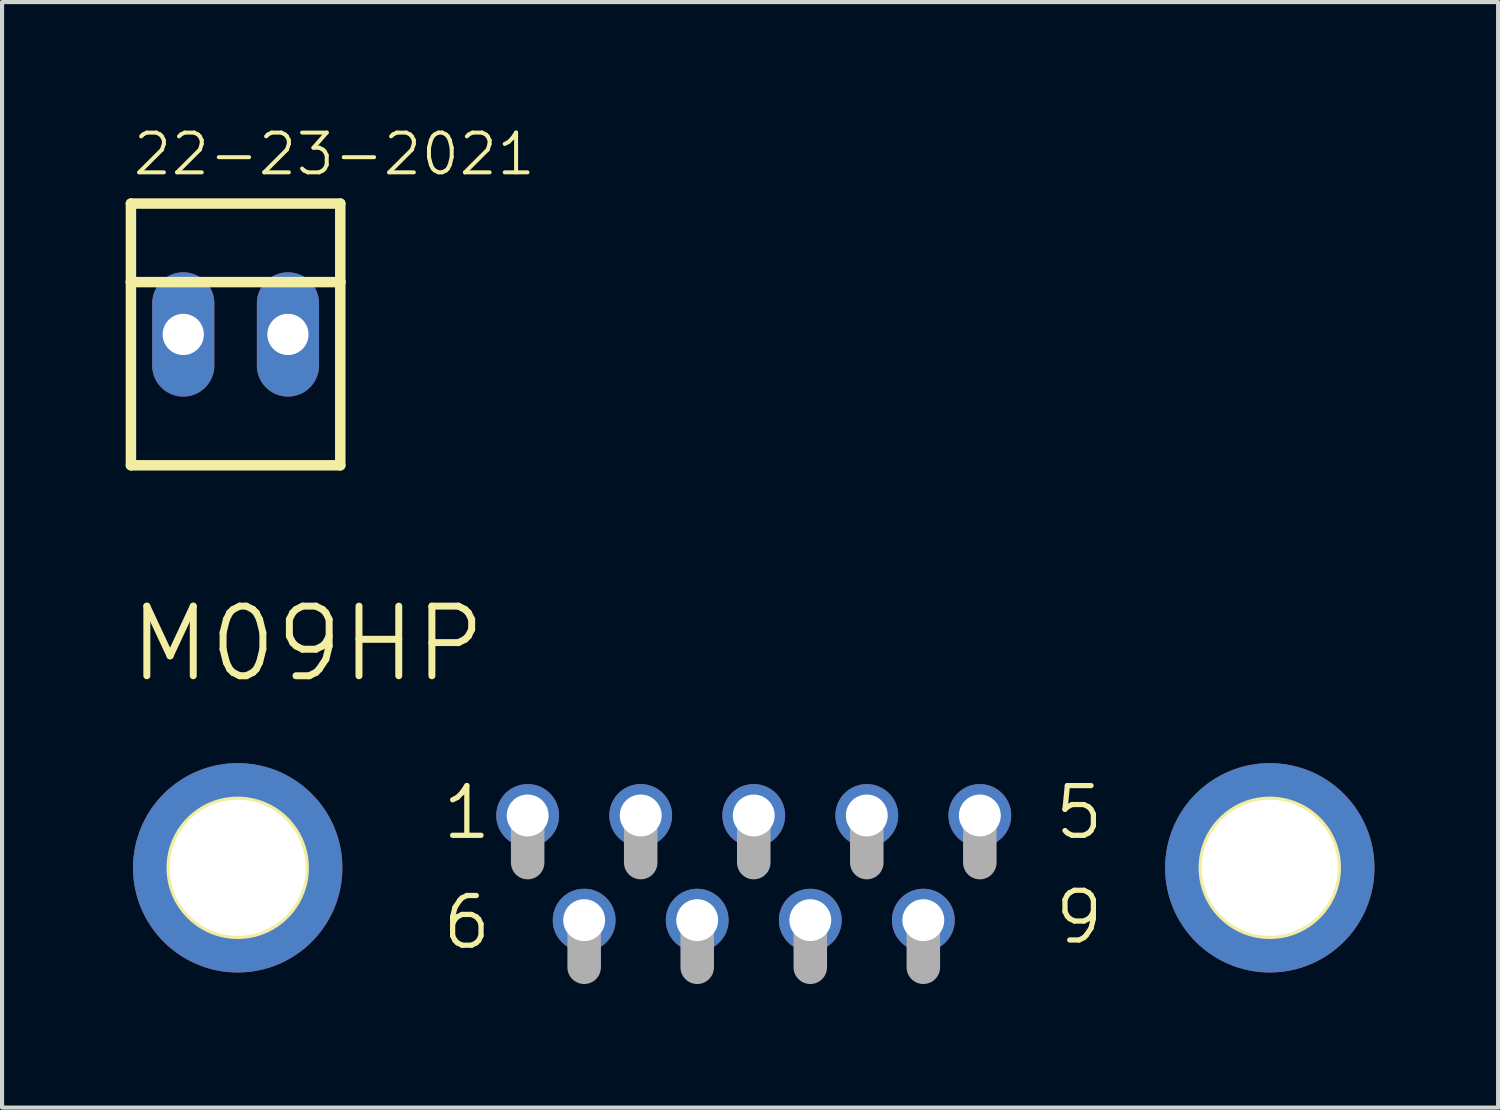
<source format=kicad_pcb>
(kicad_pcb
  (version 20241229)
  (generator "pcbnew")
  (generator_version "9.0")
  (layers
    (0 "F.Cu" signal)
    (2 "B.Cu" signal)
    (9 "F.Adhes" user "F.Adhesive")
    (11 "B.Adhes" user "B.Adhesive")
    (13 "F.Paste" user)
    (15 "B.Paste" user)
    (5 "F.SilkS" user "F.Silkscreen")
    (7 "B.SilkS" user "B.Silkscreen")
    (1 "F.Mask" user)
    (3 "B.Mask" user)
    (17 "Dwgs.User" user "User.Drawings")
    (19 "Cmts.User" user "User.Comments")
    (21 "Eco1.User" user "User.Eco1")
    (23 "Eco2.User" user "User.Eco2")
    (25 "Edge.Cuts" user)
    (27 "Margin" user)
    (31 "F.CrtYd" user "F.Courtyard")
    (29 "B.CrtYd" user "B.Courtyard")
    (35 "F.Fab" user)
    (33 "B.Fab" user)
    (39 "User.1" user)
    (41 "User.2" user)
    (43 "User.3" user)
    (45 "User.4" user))
  (footprint "22-23-2021"
    (layer "F.Cu")
    (at 2.667 5.065)
    (property "Reference" "22-23-2021" (at -2.54 -3.81 0) (layer "F.SilkS") (effects (font (size 0.965 0.965) (thickness 0.097)) (justify left bottom)))
    (attr through_hole)
    (fp_line (start -2.54 -3.175) (end 2.54 -3.175) (stroke (width 0.254) (type solid)) (layer "F.SilkS"))
    (fp_line (start -2.54 -1.27) (end -2.54 -3.175) (stroke (width 0.254) (type solid)) (layer "F.SilkS"))
    (fp_line (start -2.54 -1.27) (end 2.54 -1.27) (stroke (width 0.254) (type solid)) (layer "F.SilkS"))
    (fp_line (start -2.54 3.175) (end -2.54 -1.27) (stroke (width 0.254) (type solid)) (layer "F.SilkS"))
    (fp_line (start 2.54 -3.175) (end 2.54 -1.27) (stroke (width 0.254) (type solid)) (layer "F.SilkS"))
    (fp_line (start 2.54 -1.27) (end 2.54 3.175) (stroke (width 0.254) (type solid)) (layer "F.SilkS"))
    (fp_line (start 2.54 3.175) (end -2.54 3.175) (stroke (width 0.254) (type solid)) (layer "F.SilkS"))
    (pad "1" thru_hole oval (at -1.27 0 90) (size 3.016 1.508) (drill 1) (layers "*.Cu" "*.Mask"))
    (pad "2" thru_hole oval (at 1.27 0 90) (size 3.016 1.508) (drill 1) (layers "*.Cu" "*.Mask")))
  (footprint "M09HP"
    (layer "F.Cu")
    (at 15.24 18.008)
    (property "Reference" "M09HP" (at -15.24 -4.445 180) (layer "F.SilkS") (effects (font (size 1.689 1.689) (thickness 0.169)) (justify left bottom)))
    (attr through_hole)
    (fp_circle (center -12.522 0) (end -10.871 0) (stroke (width 0.152) (type solid)) (fill no) (layer "F.SilkS"))
    (fp_circle (center 12.522 0) (end 14.173 0) (stroke (width 0.152) (type solid)) (fill no) (layer "F.SilkS"))
    (fp_line (start -5.486 -1.143) (end -5.486 -0.127) (stroke (width 0.813) (type solid)) (layer "F.Fab"))
    (fp_line (start -4.115 1.397) (end -4.115 2.413) (stroke (width 0.813) (type solid)) (layer "F.Fab"))
    (fp_line (start -2.743 -1.143) (end -2.743 -0.127) (stroke (width 0.813) (type solid)) (layer "F.Fab"))
    (fp_line (start -1.372 1.397) (end -1.372 2.413) (stroke (width 0.813) (type solid)) (layer "F.Fab"))
    (fp_line (start 0 -1.143) (end 0 -0.127) (stroke (width 0.813) (type solid)) (layer "F.Fab"))
    (fp_line (start 1.372 1.397) (end 1.372 2.413) (stroke (width 0.813) (type solid)) (layer "F.Fab"))
    (fp_line (start 2.743 -1.143) (end 2.743 -0.127) (stroke (width 0.813) (type solid)) (layer "F.Fab"))
    (fp_line (start 4.115 1.397) (end 4.115 2.413) (stroke (width 0.813) (type solid)) (layer "F.Fab"))
    (fp_line (start 5.486 -1.143) (end 5.486 -0.127) (stroke (width 0.813) (type solid)) (layer "F.Fab"))
    (fp_text user "5" (at 7.239 -0.635 0) (layer "F.SilkS") (effects (font (size 1.206 1.206) (thickness 0.127)) (justify left bottom)))
    (fp_text user "1" (at -7.62 -0.635 0) (layer "F.SilkS") (effects (font (size 1.206 1.206) (thickness 0.127)) (justify left bottom)))
    (fp_text user "9" (at 7.239 1.905 0) (layer "F.SilkS") (effects (font (size 1.206 1.206) (thickness 0.127)) (justify left bottom)))
    (fp_text user "6" (at -7.62 2.032 0) (layer "F.SilkS") (effects (font (size 1.206 1.206) (thickness 0.127)) (justify left bottom)))
    (pad "1" thru_hole circle (at -5.486 -1.27) (size 1.524 1.524) (drill 1.016) (layers "*.Cu" "*.Mask"))
    (pad "2" thru_hole circle (at -2.743 -1.27) (size 1.524 1.524) (drill 1.016) (layers "*.Cu" "*.Mask"))
    (pad "3" thru_hole circle (at 0 -1.27) (size 1.524 1.524) (drill 1.016) (layers "*.Cu" "*.Mask"))
    (pad "4" thru_hole circle (at 2.743 -1.27) (size 1.524 1.524) (drill 1.016) (layers "*.Cu" "*.Mask"))
    (pad "5" thru_hole circle (at 5.486 -1.27) (size 1.524 1.524) (drill 1.016) (layers "*.Cu" "*.Mask"))
    (pad "6" thru_hole circle (at -4.115 1.27) (size 1.524 1.524) (drill 1.016) (layers "*.Cu" "*.Mask"))
    (pad "7" thru_hole circle (at -1.372 1.27) (size 1.524 1.524) (drill 1.016) (layers "*.Cu" "*.Mask"))
    (pad "8" thru_hole circle (at 1.372 1.27) (size 1.524 1.524) (drill 1.016) (layers "*.Cu" "*.Mask"))
    (pad "9" thru_hole circle (at 4.115 1.27) (size 1.524 1.524) (drill 1.016) (layers "*.Cu" "*.Mask"))
    (pad "G1" thru_hole circle (at -12.522 0) (size 5.08 5.08) (drill 3.302) (layers "*.Cu" "*.Mask"))
    (pad "G2" thru_hole circle (at 12.522 0) (size 5.08 5.08) (drill 3.302) (layers "*.Cu" "*.Mask")))
  (gr_rect
    (start -3 -3)
    (end 33.302 23.827)
    (stroke (width 0.1) (type default))
    (fill no)
    (layer "Edge.Cuts")))
</source>
